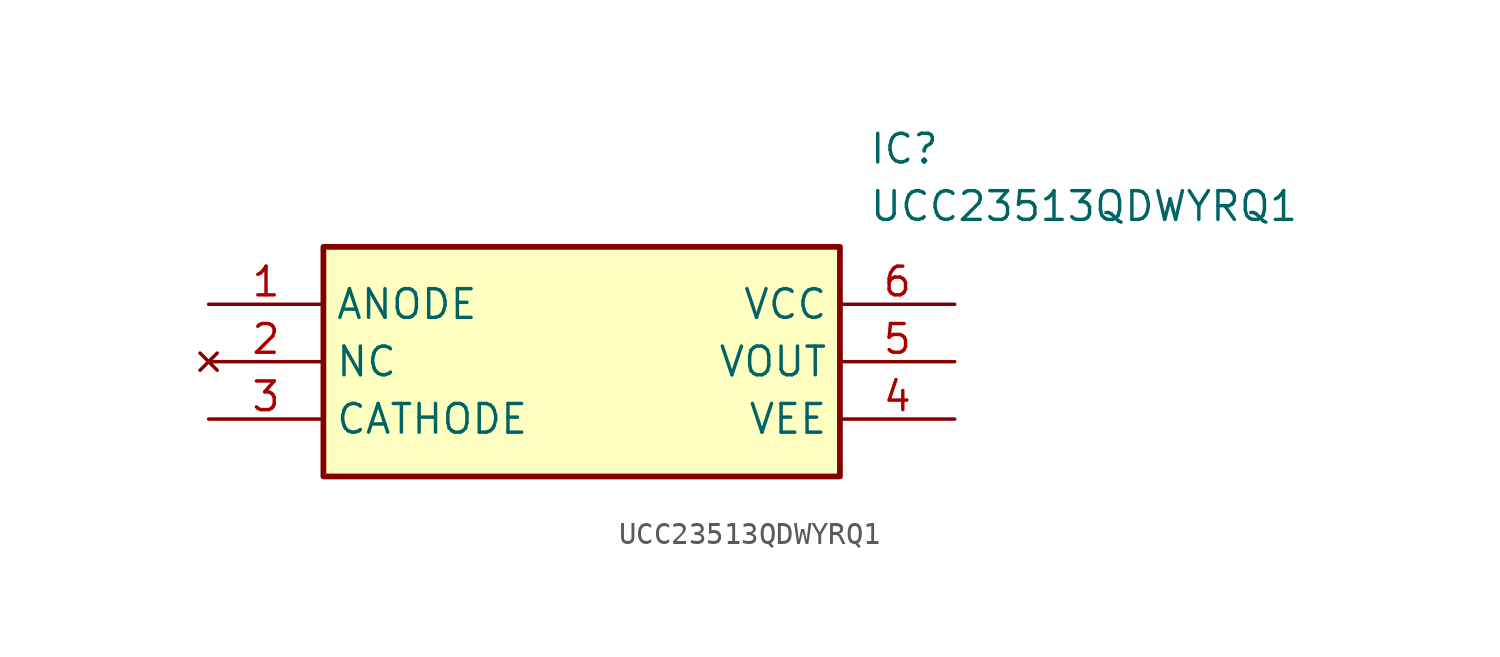
<source format=kicad_sym>
(kicad_symbol_lib
  (version 20211014)
  (generator SamacSys_ECAD_Model)
  (symbol "UCC23513QDWYRQ1"
    (property "Reference" "IC"
      (at 29.21 7.62 0)
      (effects (font (size 1.27 1.27)) (justify left top)))
    (property "Value" "UCC23513QDWYRQ1"
      (at 29.21 5.08 0)
      (effects (font (size 1.27 1.27)) (justify left top)))
    (rectangle
      (start 5.08 2.54)
      (end 27.94 -7.62)
      (stroke (width 0.254) (type default))
      (fill (type background)))
    (pin passive line
      (at 0 0 0)
      (length 5.08)
      (name "ANODE" (effects (font (size 1.27 1.27))))
      (number "1" (effects (font (size 1.27 1.27)))))
    (pin no_connect line
      (at 0 -2.54 0)
      (length 5.08)
      (name "NC" (effects (font (size 1.27 1.27))))
      (number "2" (effects (font (size 1.27 1.27)))))
    (pin passive line
      (at 0 -5.08 0)
      (length 5.08)
      (name "CATHODE" (effects (font (size 1.27 1.27))))
      (number "3" (effects (font (size 1.27 1.27)))))
    (pin passive line
      (at 33.02 0 180)
      (length 5.08)
      (name "VCC" (effects (font (size 1.27 1.27))))
      (number "6" (effects (font (size 1.27 1.27)))))
    (pin passive line
      (at 33.02 -2.54 180)
      (length 5.08)
      (name "VOUT" (effects (font (size 1.27 1.27))))
      (number "5" (effects (font (size 1.27 1.27)))))
    (pin passive line
      (at 33.02 -5.08 180)
      (length 5.08)
      (name "VEE" (effects (font (size 1.27 1.27))))
      (number "4" (effects (font (size 1.27 1.27)))))))
</source>
